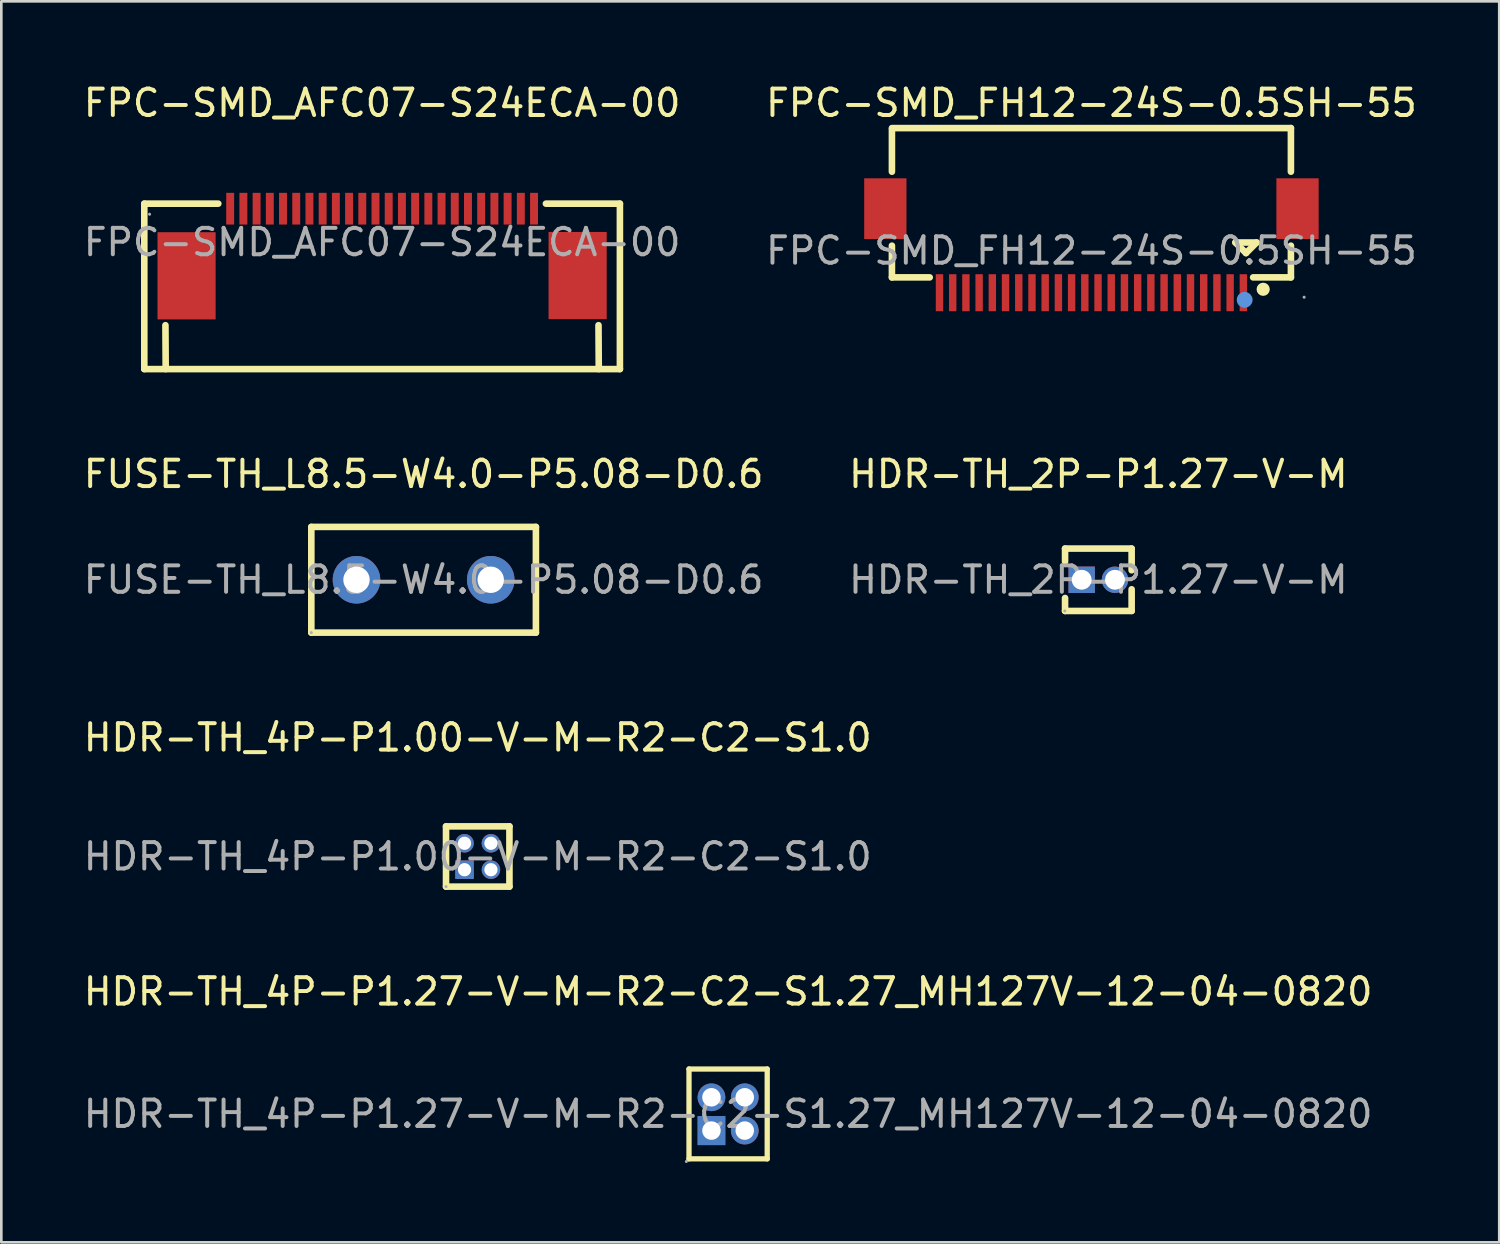
<source format=kicad_pcb>
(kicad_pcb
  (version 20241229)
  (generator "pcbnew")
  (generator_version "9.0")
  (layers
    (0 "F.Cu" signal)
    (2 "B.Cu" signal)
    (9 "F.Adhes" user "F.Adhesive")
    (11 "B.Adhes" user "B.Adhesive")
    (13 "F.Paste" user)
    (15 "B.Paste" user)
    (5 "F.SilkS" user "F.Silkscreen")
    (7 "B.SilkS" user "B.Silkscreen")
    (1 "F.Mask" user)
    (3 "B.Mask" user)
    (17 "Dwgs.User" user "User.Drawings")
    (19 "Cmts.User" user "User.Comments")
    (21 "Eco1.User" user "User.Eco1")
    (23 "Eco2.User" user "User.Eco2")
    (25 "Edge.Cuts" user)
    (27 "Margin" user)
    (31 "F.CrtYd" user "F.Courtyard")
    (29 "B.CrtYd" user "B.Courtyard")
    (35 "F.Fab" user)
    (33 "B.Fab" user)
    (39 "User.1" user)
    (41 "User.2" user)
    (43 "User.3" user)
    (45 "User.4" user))
  (footprint "FPC-SMD_FH12-24S-0.5SH-55"
    (layer "F.Cu")
    (at 38.256 6.438)
    (property "Reference" "FPC-SMD_FH12-24S-0.5SH-55" (at 0 -5.59 0) (layer "F.SilkS") (effects (font (size 1 1) (thickness 0.15))))
    (attr smd)
    (fp_line (start -7.55 -4.64) (end 7.55 -4.64) (stroke (width 0.25) (type solid)) (layer "F.SilkS"))
    (fp_line (start -7.55 -2.99) (end -7.55 -4.59) (stroke (width 0.25) (type solid)) (layer "F.SilkS"))
    (fp_line (start -7.55 1.01) (end -7.55 -0.19) (stroke (width 0.25) (type solid)) (layer "F.SilkS"))
    (fp_line (start -6.12 1.01) (end -7.55 1.01) (stroke (width 0.25) (type solid)) (layer "F.SilkS"))
    (fp_line (start 5.45 -0.31) (end 6.25 -0.31) (stroke (width 0.25) (type solid)) (layer "F.SilkS"))
    (fp_line (start 5.85 0.09) (end 5.45 -0.31) (stroke (width 0.25) (type solid)) (layer "F.SilkS"))
    (fp_line (start 6.25 -0.31) (end 5.85 0.09) (stroke (width 0.25) (type solid)) (layer "F.SilkS"))
    (fp_line (start 7.55 -4.64) (end 7.55 -2.99) (stroke (width 0.25) (type solid)) (layer "F.SilkS"))
    (fp_line (start 7.55 -0.19) (end 7.55 1.01) (stroke (width 0.25) (type solid)) (layer "F.SilkS"))
    (fp_line (start 7.55 1.01) (end 6.12 1.01) (stroke (width 0.25) (type solid)) (layer "F.SilkS"))
    (fp_arc (start 6.5 1.46) (mid 6.5 1.46) (end 6.5 1.46) (stroke (width 0.25) (type solid)) (layer "F.SilkS"))
    (fp_circle (center 5.8 1.86) (end 5.95 1.86) (stroke (width 0.3) (type solid)) (fill no) (layer "Cmts.User"))
    (fp_circle (center 8.05 1.76) (end 8.08 1.76) (stroke (width 0.06) (type solid)) (fill no) (layer "F.Fab"))
    (fp_text user "${REFERENCE}" (at 0 0 0) (layer "F.Fab") (effects (font (size 1 1) (thickness 0.15))))
    (pad "1" smd rect (at 5.75 1.59) (size 0.28 1.4) (layers "F.Cu" "F.Mask" "F.Paste"))
    (pad "2" smd rect (at 5.25 1.59) (size 0.28 1.4) (layers "F.Cu" "F.Mask" "F.Paste"))
    (pad "3" smd rect (at 4.75 1.59) (size 0.28 1.4) (layers "F.Cu" "F.Mask" "F.Paste"))
    (pad "4" smd rect (at 4.25 1.59) (size 0.28 1.4) (layers "F.Cu" "F.Mask" "F.Paste"))
    (pad "5" smd rect (at 3.75 1.59) (size 0.28 1.4) (layers "F.Cu" "F.Mask" "F.Paste"))
    (pad "6" smd rect (at 3.25 1.59) (size 0.28 1.4) (layers "F.Cu" "F.Mask" "F.Paste"))
    (pad "7" smd rect (at 2.75 1.59) (size 0.28 1.4) (layers "F.Cu" "F.Mask" "F.Paste"))
    (pad "8" smd rect (at 2.25 1.59) (size 0.28 1.4) (layers "F.Cu" "F.Mask" "F.Paste"))
    (pad "9" smd rect (at 1.75 1.59) (size 0.28 1.4) (layers "F.Cu" "F.Mask" "F.Paste"))
    (pad "10" smd rect (at 1.25 1.59) (size 0.28 1.4) (layers "F.Cu" "F.Mask" "F.Paste"))
    (pad "11" smd rect (at 0.75 1.59) (size 0.28 1.4) (layers "F.Cu" "F.Mask" "F.Paste"))
    (pad "12" smd rect (at 0.25 1.59) (size 0.28 1.4) (layers "F.Cu" "F.Mask" "F.Paste"))
    (pad "13" smd rect (at -0.25 1.59) (size 0.28 1.4) (layers "F.Cu" "F.Mask" "F.Paste"))
    (pad "14" smd rect (at -0.75 1.59) (size 0.28 1.4) (layers "F.Cu" "F.Mask" "F.Paste"))
    (pad "15" smd rect (at -1.25 1.59) (size 0.28 1.4) (layers "F.Cu" "F.Mask" "F.Paste"))
    (pad "16" smd rect (at -1.75 1.59) (size 0.28 1.4) (layers "F.Cu" "F.Mask" "F.Paste"))
    (pad "17" smd rect (at -2.25 1.59) (size 0.28 1.4) (layers "F.Cu" "F.Mask" "F.Paste"))
    (pad "18" smd rect (at -2.75 1.59) (size 0.28 1.4) (layers "F.Cu" "F.Mask" "F.Paste"))
    (pad "19" smd rect (at -3.25 1.59) (size 0.28 1.4) (layers "F.Cu" "F.Mask" "F.Paste"))
    (pad "20" smd rect (at -3.75 1.59) (size 0.28 1.4) (layers "F.Cu" "F.Mask" "F.Paste"))
    (pad "21" smd rect (at -4.25 1.59) (size 0.28 1.4) (layers "F.Cu" "F.Mask" "F.Paste"))
    (pad "22" smd rect (at -4.75 1.59) (size 0.28 1.4) (layers "F.Cu" "F.Mask" "F.Paste"))
    (pad "23" smd rect (at -5.25 1.59) (size 0.28 1.4) (layers "F.Cu" "F.Mask" "F.Paste"))
    (pad "24" smd rect (at -5.75 1.59) (size 0.28 1.4) (layers "F.Cu" "F.Mask" "F.Paste"))
    (pad "25" smd rect (at 7.8 -1.59) (size 1.6 2.3) (layers "F.Cu" "F.Mask" "F.Paste"))
    (pad "26" smd rect (at -7.8 -1.59) (size 1.6 2.3) (layers "F.Cu" "F.Mask" "F.Paste")))
  (footprint "HDR-TH_4P-P1.27-V-M-R2-C2-S1.27_MH127V-12-04-0820"
    (layer "F.Cu")
    (at 24.506 39.108)
    (property "Reference" "HDR-TH_4P-P1.27-V-M-R2-C2-S1.27_MH127V-12-04-0820" (at 0 -4.63 0) (layer "F.SilkS") (effects (font (size 1 1) (thickness 0.15))))
    (attr through_hole)
    (fp_line (start -1.48 -1.7) (end -1.48 1.7) (stroke (width 0.2) (type solid)) (layer "F.SilkS"))
    (fp_line (start -1.48 -1.7) (end 1.48 -1.7) (stroke (width 0.2) (type solid)) (layer "F.SilkS"))
    (fp_line (start -1.48 1.7) (end 1.48 1.7) (stroke (width 0.2) (type solid)) (layer "F.SilkS"))
    (fp_line (start 1.48 -1.7) (end 1.48 1.7) (stroke (width 0.2) (type solid)) (layer "F.SilkS"))
    (fp_circle (center -1.58 1.8) (end -1.55 1.8) (stroke (width 0.06) (type solid)) (fill no) (layer "F.Fab"))
    (fp_circle (center -0.63 -0.63) (end -0.52 -0.63) (stroke (width 0.22) (type solid)) (fill no) (layer "F.Fab"))
    (fp_circle (center -0.63 0.63) (end -0.52 0.63) (stroke (width 0.22) (type solid)) (fill no) (layer "F.Fab"))
    (fp_circle (center 0.63 -0.63) (end 0.74 -0.63) (stroke (width 0.22) (type solid)) (fill no) (layer "F.Fab"))
    (fp_circle (center 0.63 0.63) (end 0.74 0.63) (stroke (width 0.22) (type solid)) (fill no) (layer "F.Fab"))
    (fp_text user "${REFERENCE}" (at 0 0 0) (layer "F.Fab") (effects (font (size 1 1) (thickness 0.15))))
    (pad "1" thru_hole rect (at -0.63 0.63) (size 1.05 1.1) (drill 0.7) (layers "*.Cu" "*.Mask"))
    (pad "2" thru_hole circle (at -0.63 -0.63) (size 1.05 1.05) (drill 0.7) (layers "*.Cu" "*.Mask"))
    (pad "3" thru_hole circle (at 0.63 0.63) (size 1.05 1.05) (drill 0.7) (layers "*.Cu" "*.Mask"))
    (pad "4" thru_hole circle (at 0.63 -0.63) (size 1.05 1.05) (drill 0.7) (layers "*.Cu" "*.Mask")))
  (footprint "HDR-TH_2P-P1.27-V-M"
    (layer "F.Cu")
    (at 38.518 18.892)
    (property "Reference" "HDR-TH_2P-P1.27-V-M" (at 0 -4 0) (layer "F.SilkS") (effects (font (size 1 1) (thickness 0.15))))
    (attr through_hole)
    (fp_line (start -1.26 -1.18) (end -1.26 -0.69) (stroke (width 0.25) (type solid)) (layer "F.SilkS"))
    (fp_line (start -1.26 0.69) (end -1.26 1.18) (stroke (width 0.25) (type solid)) (layer "F.SilkS"))
    (fp_line (start 1.26 -1.18) (end -1.26 -1.18) (stroke (width 0.25) (type solid)) (layer "F.SilkS"))
    (fp_line (start 1.26 -1.18) (end 1.26 -0.36) (stroke (width 0.25) (type solid)) (layer "F.SilkS"))
    (fp_line (start 1.26 0.36) (end 1.26 1.18) (stroke (width 0.25) (type solid)) (layer "F.SilkS"))
    (fp_line (start 1.26 1.18) (end -1.26 1.18) (stroke (width 0.25) (type solid)) (layer "F.SilkS"))
    (fp_circle (center -1.27 1.18) (end -1.24 1.18) (stroke (width 0.06) (type solid)) (fill no) (layer "F.Fab"))
    (fp_text user "${REFERENCE}" (at 0 0 0) (layer "F.Fab") (effects (font (size 1 1) (thickness 0.15))))
    (pad "1" thru_hole rect (at -0.63 0) (size 1 1) (drill 0.75) (layers "*.Cu" "*.Mask"))
    (pad "2" thru_hole circle (at 0.63 0) (size 1 1) (drill 0.75) (layers "*.Cu" "*.Mask")))
  (footprint "HDR-TH_4P-P1.00-V-M-R2-C2-S1.0"
    (layer "F.Cu")
    (at 15.03 29.365)
    (property "Reference" "HDR-TH_4P-P1.00-V-M-R2-C2-S1.0" (at 0 -4.5 0) (layer "F.SilkS") (effects (font (size 1 1) (thickness 0.15))))
    (attr through_hole)
    (fp_line (start -1.2 -1.14) (end -1.2 1.14) (stroke (width 0.25) (type solid)) (layer "F.SilkS"))
    (fp_line (start 1.2 -1.14) (end -1.2 -1.14) (stroke (width 0.25) (type solid)) (layer "F.SilkS"))
    (fp_line (start 1.2 -1.14) (end 1.2 1.14) (stroke (width 0.25) (type solid)) (layer "F.SilkS"))
    (fp_line (start 1.2 1.14) (end -1.2 1.14) (stroke (width 0.25) (type solid)) (layer "F.SilkS"))
    (fp_circle (center -1.2 1.14) (end -1.17 1.14) (stroke (width 0.06) (type solid)) (fill no) (layer "F.Fab"))
    (fp_text user "${REFERENCE}" (at 0 0 0) (layer "F.Fab") (effects (font (size 1 1) (thickness 0.15))))
    (pad "1" thru_hole rect (at -0.5 0.5) (size 0.7 0.7) (drill 0.5) (layers "*.Cu" "*.Mask"))
    (pad "2" thru_hole circle (at -0.5 -0.5) (size 0.7 0.7) (drill 0.5) (layers "*.Cu" "*.Mask"))
    (pad "3" thru_hole circle (at 0.5 0.5) (size 0.7 0.7) (drill 0.5) (layers "*.Cu" "*.Mask"))
    (pad "4" thru_hole circle (at 0.5 -0.5) (size 0.7 0.7) (drill 0.5) (layers "*.Cu" "*.Mask")))
  (footprint "FUSE-TH_L8.5-W4.0-P5.08-D0.6"
    (layer "F.Cu")
    (at 12.982 18.892)
    (property "Reference" "FUSE-TH_L8.5-W4.0-P5.08-D0.6" (at 0 -4 0) (layer "F.SilkS") (effects (font (size 1 1) (thickness 0.15))))
    (attr through_hole)
    (fp_line (start -4.25 -2) (end 4.25 -2) (stroke (width 0.25) (type solid)) (layer "F.SilkS"))
    (fp_line (start -4.25 2) (end -4.25 -2) (stroke (width 0.25) (type solid)) (layer "F.SilkS"))
    (fp_line (start 4.25 -2) (end 4.25 2) (stroke (width 0.25) (type solid)) (layer "F.SilkS"))
    (fp_line (start 4.25 2) (end -4.25 2) (stroke (width 0.25) (type solid)) (layer "F.SilkS"))
    (fp_circle (center -4.25 2) (end -4.22 2) (stroke (width 0.06) (type solid)) (fill no) (layer "F.Fab"))
    (fp_circle (center -2.54 0) (end -2.39 0) (stroke (width 0.3) (type solid)) (fill no) (layer "F.Fab"))
    (fp_circle (center 2.54 0) (end 2.69 0) (stroke (width 0.3) (type solid)) (fill no) (layer "F.Fab"))
    (fp_text user "${REFERENCE}" (at 0 0 0) (layer "F.Fab") (effects (font (size 1 1) (thickness 0.15))))
    (pad "1" thru_hole circle (at -2.54 0) (size 1.8 1.8) (drill 1) (layers "*.Cu" "*.Mask"))
    (pad "2" thru_hole circle (at 2.54 0) (size 1.8 1.8) (drill 1) (layers "*.Cu" "*.Mask")))
  (footprint "FPC-SMD_AFC07-S24ECA-00"
    (layer "F.Cu")
    (at 11.411 6.118)
    (property "Reference" "FPC-SMD_AFC07-S24ECA-00" (at 0 -5.27 0) (layer "F.SilkS") (effects (font (size 1 1) (thickness 0.15))))
    (attr smd)
    (fp_line (start -9 -1.46) (end -6.2 -1.46) (stroke (width 0.25) (type solid)) (layer "F.SilkS"))
    (fp_line (start -9 4.8) (end -9 -1.46) (stroke (width 0.25) (type solid)) (layer "F.SilkS"))
    (fp_line (start -9 4.8) (end 9 4.8) (stroke (width 0.25) (type solid)) (layer "F.SilkS"))
    (fp_line (start -8.19 4.8) (end -8.2 3.14) (stroke (width 0.25) (type solid)) (layer "F.SilkS"))
    (fp_line (start 6.2 -1.46) (end 9 -1.46) (stroke (width 0.25) (type solid)) (layer "F.SilkS"))
    (fp_line (start 8.19 3.14) (end 8.2 4.8) (stroke (width 0.25) (type solid)) (layer "F.SilkS"))
    (fp_line (start 9 -1.46) (end 9 4.8) (stroke (width 0.25) (type solid)) (layer "F.SilkS"))
    (fp_circle (center -8.8 -1.06) (end -8.77 -1.06) (stroke (width 0.06) (type solid)) (fill no) (layer "F.Fab"))
    (fp_text user "${REFERENCE}" (at 0 0 0) (layer "F.Fab") (effects (font (size 1 1) (thickness 0.15))))
    (pad "1" smd rect (at -5.75 -1.27 180) (size 0.3 1.2) (layers "F.Cu" "F.Mask" "F.Paste"))
    (pad "2" smd rect (at -5.25 -1.27 180) (size 0.3 1.2) (layers "F.Cu" "F.Mask" "F.Paste"))
    (pad "3" smd rect (at -4.75 -1.27 180) (size 0.3 1.2) (layers "F.Cu" "F.Mask" "F.Paste"))
    (pad "4" smd rect (at -4.25 -1.27 180) (size 0.3 1.2) (layers "F.Cu" "F.Mask" "F.Paste"))
    (pad "5" smd rect (at -3.75 -1.27 180) (size 0.3 1.2) (layers "F.Cu" "F.Mask" "F.Paste"))
    (pad "6" smd rect (at -3.25 -1.27 180) (size 0.3 1.2) (layers "F.Cu" "F.Mask" "F.Paste"))
    (pad "7" smd rect (at -2.75 -1.27 180) (size 0.3 1.2) (layers "F.Cu" "F.Mask" "F.Paste"))
    (pad "8" smd rect (at -2.25 -1.27 180) (size 0.3 1.2) (layers "F.Cu" "F.Mask" "F.Paste"))
    (pad "9" smd rect (at -1.75 -1.27 180) (size 0.3 1.2) (layers "F.Cu" "F.Mask" "F.Paste"))
    (pad "10" smd rect (at -1.25 -1.27 180) (size 0.3 1.2) (layers "F.Cu" "F.Mask" "F.Paste"))
    (pad "11" smd rect (at -0.75 -1.27 180) (size 0.3 1.2) (layers "F.Cu" "F.Mask" "F.Paste"))
    (pad "12" smd rect (at -0.25 -1.27 180) (size 0.3 1.2) (layers "F.Cu" "F.Mask" "F.Paste"))
    (pad "13" smd rect (at 0.25 -1.27 180) (size 0.3 1.2) (layers "F.Cu" "F.Mask" "F.Paste"))
    (pad "14" smd rect (at 0.75 -1.27 180) (size 0.3 1.2) (layers "F.Cu" "F.Mask" "F.Paste"))
    (pad "15" smd rect (at 1.25 -1.27 180) (size 0.3 1.2) (layers "F.Cu" "F.Mask" "F.Paste"))
    (pad "16" smd rect (at 1.75 -1.27 180) (size 0.3 1.2) (layers "F.Cu" "F.Mask" "F.Paste"))
    (pad "17" smd rect (at 2.25 -1.27 180) (size 0.3 1.2) (layers "F.Cu" "F.Mask" "F.Paste"))
    (pad "18" smd rect (at 2.75 -1.27 180) (size 0.3 1.2) (layers "F.Cu" "F.Mask" "F.Paste"))
    (pad "19" smd rect (at 3.25 -1.27 180) (size 0.3 1.2) (layers "F.Cu" "F.Mask" "F.Paste"))
    (pad "20" smd rect (at 3.75 -1.27 180) (size 0.3 1.2) (layers "F.Cu" "F.Mask" "F.Paste"))
    (pad "21" smd rect (at 4.25 -1.27 180) (size 0.3 1.2) (layers "F.Cu" "F.Mask" "F.Paste"))
    (pad "22" smd rect (at 4.75 -1.27 180) (size 0.3 1.2) (layers "F.Cu" "F.Mask" "F.Paste"))
    (pad "23" smd rect (at 5.25 -1.27 180) (size 0.3 1.2) (layers "F.Cu" "F.Mask" "F.Paste"))
    (pad "24" smd rect (at 5.75 -1.27 180) (size 0.3 1.2) (layers "F.Cu" "F.Mask" "F.Paste"))
    (pad "25" smd rect (at -7.4 1.27) (size 2.2 3.3) (layers "F.Cu" "F.Mask" "F.Paste"))
    (pad "26" smd rect (at 7.4 1.26 180) (size 2.2 3.3) (layers "F.Cu" "F.Mask" "F.Paste")))
  (gr_rect
    (start -3 -3)
    (end 53.69 43.968)
    (stroke (width 0.1) (type default))
    (fill no)
    (layer "Edge.Cuts")))
</source>
